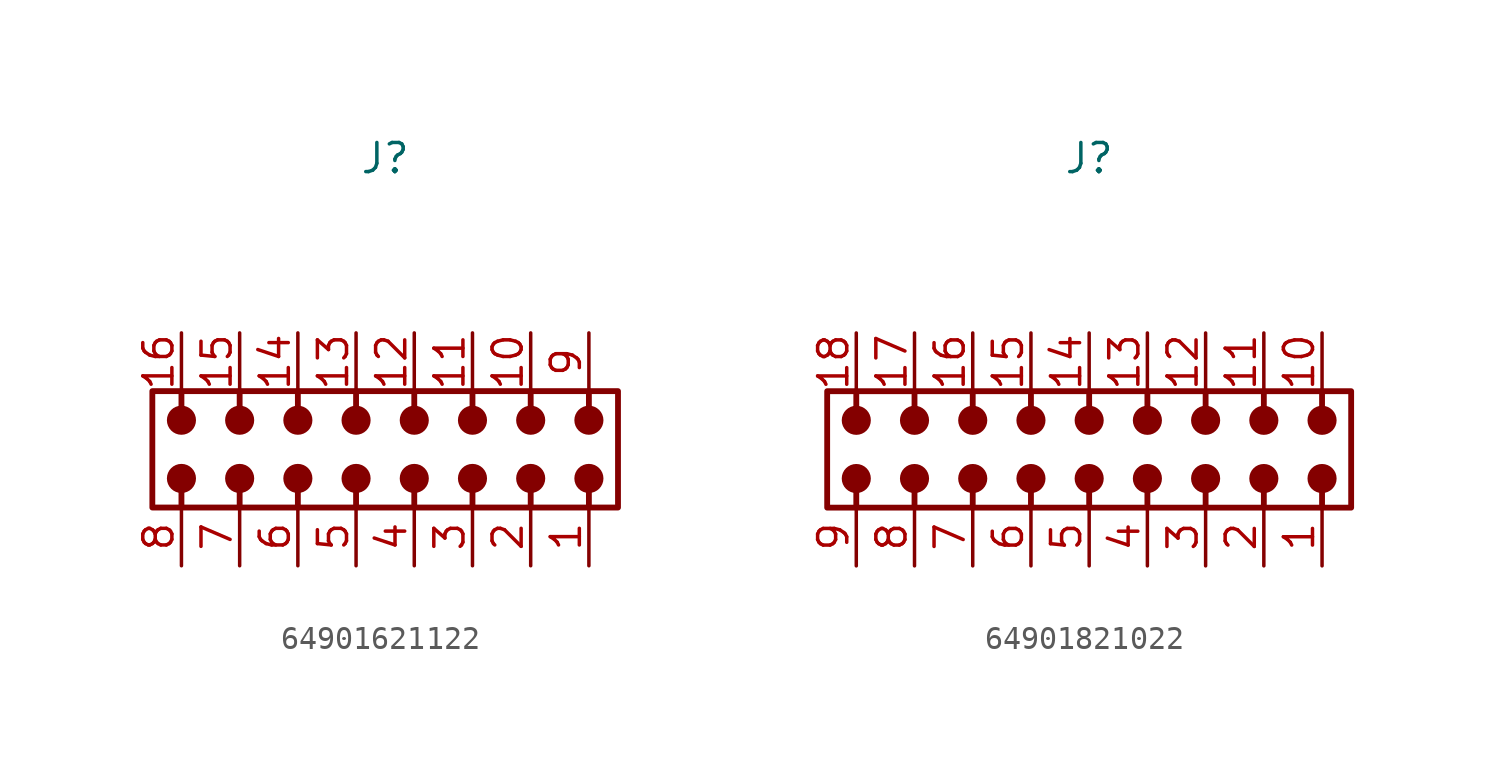
<source format=kicad_sym>
(kicad_symbol_lib
  (version 20241209)
  (generator "kicad_symbol_editor")
  (generator_version "9.0")
  (symbol "64901621122"
    (pin_names
      (hide yes))
    (property "Reference" "J"
      (at 0 12.7 0)
      (effects (font (size 1.27 1.27))))
    (symbol "64901621122_1_1"
      (rectangle (start -10.16 2.54) (end 10.16 -2.54) (stroke (width 0.254) (type solid)) (fill (type none)))
      (polyline (pts (xy -8.89 1.778) (xy -8.89 2.54)) (stroke (width 0.254) (type solid)) (fill (type none)))
      (circle (center -8.89 1.27) (radius 0.508) (stroke (width 0.254) (type solid)) (fill (type outline)))
      (circle (center -8.89 -1.27) (radius 0.508) (stroke (width 0.254) (type solid)) (fill (type outline)))
      (polyline (pts (xy -8.89 -1.778) (xy -8.89 -2.54)) (stroke (width 0.254) (type solid)) (fill (type none)))
      (polyline (pts (xy -6.35 1.778) (xy -6.35 2.54)) (stroke (width 0.254) (type solid)) (fill (type none)))
      (circle (center -6.35 1.27) (radius 0.508) (stroke (width 0.254) (type solid)) (fill (type outline)))
      (circle (center -6.35 -1.27) (radius 0.508) (stroke (width 0.254) (type solid)) (fill (type outline)))
      (polyline (pts (xy -6.35 -1.778) (xy -6.35 -2.54)) (stroke (width 0.254) (type solid)) (fill (type none)))
      (polyline (pts (xy -3.81 1.778) (xy -3.81 2.54)) (stroke (width 0.254) (type solid)) (fill (type none)))
      (circle (center -3.81 1.27) (radius 0.508) (stroke (width 0.254) (type solid)) (fill (type outline)))
      (circle (center -3.81 -1.27) (radius 0.508) (stroke (width 0.254) (type solid)) (fill (type outline)))
      (polyline (pts (xy -3.81 -1.778) (xy -3.81 -2.54)) (stroke (width 0.254) (type solid)) (fill (type none)))
      (polyline (pts (xy -1.27 1.778) (xy -1.27 2.54)) (stroke (width 0.254) (type solid)) (fill (type none)))
      (circle (center -1.27 1.27) (radius 0.508) (stroke (width 0.254) (type solid)) (fill (type outline)))
      (circle (center -1.27 -1.27) (radius 0.508) (stroke (width 0.254) (type solid)) (fill (type outline)))
      (polyline (pts (xy -1.27 -1.778) (xy -1.27 -2.54)) (stroke (width 0.254) (type solid)) (fill (type none)))
      (polyline (pts (xy 1.27 1.778) (xy 1.27 2.54)) (stroke (width 0.254) (type solid)) (fill (type none)))
      (circle (center 1.27 1.27) (radius 0.508) (stroke (width 0.254) (type solid)) (fill (type outline)))
      (circle (center 1.27 -1.27) (radius 0.508) (stroke (width 0.254) (type solid)) (fill (type outline)))
      (polyline (pts (xy 1.27 -1.778) (xy 1.27 -2.54)) (stroke (width 0.254) (type solid)) (fill (type none)))
      (polyline (pts (xy 3.81 1.778) (xy 3.81 2.54)) (stroke (width 0.254) (type solid)) (fill (type none)))
      (circle (center 3.81 1.27) (radius 0.508) (stroke (width 0.254) (type solid)) (fill (type outline)))
      (circle (center 3.81 -1.27) (radius 0.508) (stroke (width 0.254) (type solid)) (fill (type outline)))
      (polyline (pts (xy 3.81 -1.778) (xy 3.81 -2.54)) (stroke (width 0.254) (type solid)) (fill (type none)))
      (polyline (pts (xy 6.35 1.778) (xy 6.35 2.54)) (stroke (width 0.254) (type solid)) (fill (type none)))
      (circle (center 6.35 1.27) (radius 0.508) (stroke (width 0.254) (type solid)) (fill (type outline)))
      (circle (center 6.35 -1.27) (radius 0.508) (stroke (width 0.254) (type solid)) (fill (type outline)))
      (polyline (pts (xy 6.35 -1.778) (xy 6.35 -2.54)) (stroke (width 0.254) (type solid)) (fill (type none)))
      (polyline (pts (xy 8.89 1.778) (xy 8.89 2.54)) (stroke (width 0.254) (type solid)) (fill (type none)))
      (circle (center 8.89 1.27) (radius 0.508) (stroke (width 0.254) (type solid)) (fill (type outline)))
      (circle (center 8.89 -1.27) (radius 0.508) (stroke (width 0.254) (type solid)) (fill (type outline)))
      (polyline (pts (xy 8.89 -1.778) (xy 8.89 -2.54)) (stroke (width 0.254) (type solid)) (fill (type none)))
      (pin passive line (at -8.89 5.08 270) (length 2.54) (name "16" (effects (font (size 1.27 1.27)))) (number "16" (effects (font (size 1.27 1.27)))))
      (pin passive line (at -8.89 -5.08 90) (length 2.54) (name "8" (effects (font (size 1.27 1.27)))) (number "8" (effects (font (size 1.27 1.27)))))
      (pin passive line (at -6.35 5.08 270) (length 2.54) (name "15" (effects (font (size 1.27 1.27)))) (number "15" (effects (font (size 1.27 1.27)))))
      (pin passive line (at -6.35 -5.08 90) (length 2.54) (name "7" (effects (font (size 1.27 1.27)))) (number "7" (effects (font (size 1.27 1.27)))))
      (pin passive line (at -3.81 5.08 270) (length 2.54) (name "14" (effects (font (size 1.27 1.27)))) (number "14" (effects (font (size 1.27 1.27)))))
      (pin passive line (at -3.81 -5.08 90) (length 2.54) (name "6" (effects (font (size 1.27 1.27)))) (number "6" (effects (font (size 1.27 1.27)))))
      (pin passive line (at -1.27 5.08 270) (length 2.54) (name "13" (effects (font (size 1.27 1.27)))) (number "13" (effects (font (size 1.27 1.27)))))
      (pin passive line (at -1.27 -5.08 90) (length 2.54) (name "5" (effects (font (size 1.27 1.27)))) (number "5" (effects (font (size 1.27 1.27)))))
      (pin passive line (at 1.27 5.08 270) (length 2.54) (name "12" (effects (font (size 1.27 1.27)))) (number "12" (effects (font (size 1.27 1.27)))))
      (pin passive line (at 1.27 -5.08 90) (length 2.54) (name "4" (effects (font (size 1.27 1.27)))) (number "4" (effects (font (size 1.27 1.27)))))
      (pin passive line (at 3.81 5.08 270) (length 2.54) (name "11" (effects (font (size 1.27 1.27)))) (number "11" (effects (font (size 1.27 1.27)))))
      (pin passive line (at 3.81 -5.08 90) (length 2.54) (name "3" (effects (font (size 1.27 1.27)))) (number "3" (effects (font (size 1.27 1.27)))))
      (pin passive line (at 6.35 5.08 270) (length 2.54) (name "10" (effects (font (size 1.27 1.27)))) (number "10" (effects (font (size 1.27 1.27)))))
      (pin passive line (at 6.35 -5.08 90) (length 2.54) (name "2" (effects (font (size 1.27 1.27)))) (number "2" (effects (font (size 1.27 1.27)))))
      (pin passive line (at 8.89 5.08 270) (length 2.54) (name "9" (effects (font (size 1.27 1.27)))) (number "9" (effects (font (size 1.27 1.27)))))
      (pin passive line (at 8.89 -5.08 90) (length 2.54) (name "1" (effects (font (size 1.27 1.27)))) (number "1" (effects (font (size 1.27 1.27)))))))
  (symbol "64901821022"
    (pin_names
      (hide yes))
    (property "Reference" "J"
      (at 0 12.7 0)
      (effects (font (size 1.27 1.27))))
    (symbol "64901821022_1_1"
      (rectangle (start -11.43 2.54) (end 11.43 -2.54) (stroke (width 0.254) (type solid)) (fill (type none)))
      (polyline (pts (xy -10.16 1.778) (xy -10.16 2.54)) (stroke (width 0.254) (type solid)) (fill (type none)))
      (circle (center -10.16 1.27) (radius 0.508) (stroke (width 0.254) (type solid)) (fill (type outline)))
      (circle (center -10.16 -1.27) (radius 0.508) (stroke (width 0.254) (type solid)) (fill (type outline)))
      (polyline (pts (xy -10.16 -1.778) (xy -10.16 -2.54)) (stroke (width 0.254) (type solid)) (fill (type none)))
      (polyline (pts (xy -7.62 1.778) (xy -7.62 2.54)) (stroke (width 0.254) (type solid)) (fill (type none)))
      (circle (center -7.62 1.27) (radius 0.508) (stroke (width 0.254) (type solid)) (fill (type outline)))
      (circle (center -7.62 -1.27) (radius 0.508) (stroke (width 0.254) (type solid)) (fill (type outline)))
      (polyline (pts (xy -7.62 -1.778) (xy -7.62 -2.54)) (stroke (width 0.254) (type solid)) (fill (type none)))
      (polyline (pts (xy -5.08 1.778) (xy -5.08 2.54)) (stroke (width 0.254) (type solid)) (fill (type none)))
      (circle (center -5.08 1.27) (radius 0.508) (stroke (width 0.254) (type solid)) (fill (type outline)))
      (circle (center -5.08 -1.27) (radius 0.508) (stroke (width 0.254) (type solid)) (fill (type outline)))
      (polyline (pts (xy -5.08 -1.778) (xy -5.08 -2.54)) (stroke (width 0.254) (type solid)) (fill (type none)))
      (polyline (pts (xy -2.54 1.778) (xy -2.54 2.54)) (stroke (width 0.254) (type solid)) (fill (type none)))
      (circle (center -2.54 1.27) (radius 0.508) (stroke (width 0.254) (type solid)) (fill (type outline)))
      (circle (center -2.54 -1.27) (radius 0.508) (stroke (width 0.254) (type solid)) (fill (type outline)))
      (polyline (pts (xy -2.54 -1.778) (xy -2.54 -2.54)) (stroke (width 0.254) (type solid)) (fill (type none)))
      (polyline (pts (xy 0 1.778) (xy 0 2.54)) (stroke (width 0.254) (type solid)) (fill (type none)))
      (circle (center 0 1.27) (radius 0.508) (stroke (width 0.254) (type solid)) (fill (type outline)))
      (circle (center 0 -1.27) (radius 0.508) (stroke (width 0.254) (type solid)) (fill (type outline)))
      (polyline (pts (xy 0 -1.778) (xy 0 -2.54)) (stroke (width 0.254) (type solid)) (fill (type none)))
      (polyline (pts (xy 2.54 1.778) (xy 2.54 2.54)) (stroke (width 0.254) (type solid)) (fill (type none)))
      (circle (center 2.54 1.27) (radius 0.508) (stroke (width 0.254) (type solid)) (fill (type outline)))
      (circle (center 2.54 -1.27) (radius 0.508) (stroke (width 0.254) (type solid)) (fill (type outline)))
      (polyline (pts (xy 2.54 -1.778) (xy 2.54 -2.54)) (stroke (width 0.254) (type solid)) (fill (type none)))
      (polyline (pts (xy 5.08 1.778) (xy 5.08 2.54)) (stroke (width 0.254) (type solid)) (fill (type none)))
      (circle (center 5.08 1.27) (radius 0.508) (stroke (width 0.254) (type solid)) (fill (type outline)))
      (circle (center 5.08 -1.27) (radius 0.508) (stroke (width 0.254) (type solid)) (fill (type outline)))
      (polyline (pts (xy 5.08 -1.778) (xy 5.08 -2.54)) (stroke (width 0.254) (type solid)) (fill (type none)))
      (polyline (pts (xy 7.62 1.778) (xy 7.62 2.54)) (stroke (width 0.254) (type solid)) (fill (type none)))
      (circle (center 7.62 1.27) (radius 0.508) (stroke (width 0.254) (type solid)) (fill (type outline)))
      (circle (center 7.62 -1.27) (radius 0.508) (stroke (width 0.254) (type solid)) (fill (type outline)))
      (polyline (pts (xy 7.62 -1.778) (xy 7.62 -2.54)) (stroke (width 0.254) (type solid)) (fill (type none)))
      (polyline (pts (xy 10.16 1.778) (xy 10.16 2.54)) (stroke (width 0.254) (type solid)) (fill (type none)))
      (circle (center 10.16 1.27) (radius 0.508) (stroke (width 0.254) (type solid)) (fill (type outline)))
      (circle (center 10.16 -1.27) (radius 0.508) (stroke (width 0.254) (type solid)) (fill (type outline)))
      (polyline (pts (xy 10.16 -1.778) (xy 10.16 -2.54)) (stroke (width 0.254) (type solid)) (fill (type none)))
      (pin passive line (at -10.16 5.08 270) (length 2.54) (name "18" (effects (font (size 1.27 1.27)))) (number "18" (effects (font (size 1.27 1.27)))))
      (pin passive line (at -10.16 -5.08 90) (length 2.54) (name "9" (effects (font (size 1.27 1.27)))) (number "9" (effects (font (size 1.27 1.27)))))
      (pin passive line (at -7.62 5.08 270) (length 2.54) (name "17" (effects (font (size 1.27 1.27)))) (number "17" (effects (font (size 1.27 1.27)))))
      (pin passive line (at -7.62 -5.08 90) (length 2.54) (name "8" (effects (font (size 1.27 1.27)))) (number "8" (effects (font (size 1.27 1.27)))))
      (pin passive line (at -5.08 5.08 270) (length 2.54) (name "16" (effects (font (size 1.27 1.27)))) (number "16" (effects (font (size 1.27 1.27)))))
      (pin passive line (at -5.08 -5.08 90) (length 2.54) (name "7" (effects (font (size 1.27 1.27)))) (number "7" (effects (font (size 1.27 1.27)))))
      (pin passive line (at -2.54 5.08 270) (length 2.54) (name "15" (effects (font (size 1.27 1.27)))) (number "15" (effects (font (size 1.27 1.27)))))
      (pin passive line (at -2.54 -5.08 90) (length 2.54) (name "6" (effects (font (size 1.27 1.27)))) (number "6" (effects (font (size 1.27 1.27)))))
      (pin passive line (at 0 5.08 270) (length 2.54) (name "14" (effects (font (size 1.27 1.27)))) (number "14" (effects (font (size 1.27 1.27)))))
      (pin passive line (at 0 -5.08 90) (length 2.54) (name "5" (effects (font (size 1.27 1.27)))) (number "5" (effects (font (size 1.27 1.27)))))
      (pin passive line (at 2.54 5.08 270) (length 2.54) (name "13" (effects (font (size 1.27 1.27)))) (number "13" (effects (font (size 1.27 1.27)))))
      (pin passive line (at 2.54 -5.08 90) (length 2.54) (name "4" (effects (font (size 1.27 1.27)))) (number "4" (effects (font (size 1.27 1.27)))))
      (pin passive line (at 5.08 5.08 270) (length 2.54) (name "12" (effects (font (size 1.27 1.27)))) (number "12" (effects (font (size 1.27 1.27)))))
      (pin passive line (at 5.08 -5.08 90) (length 2.54) (name "3" (effects (font (size 1.27 1.27)))) (number "3" (effects (font (size 1.27 1.27)))))
      (pin passive line (at 7.62 5.08 270) (length 2.54) (name "11" (effects (font (size 1.27 1.27)))) (number "11" (effects (font (size 1.27 1.27)))))
      (pin passive line (at 7.62 -5.08 90) (length 2.54) (name "2" (effects (font (size 1.27 1.27)))) (number "2" (effects (font (size 1.27 1.27)))))
      (pin passive line (at 10.16 5.08 270) (length 2.54) (name "10" (effects (font (size 1.27 1.27)))) (number "10" (effects (font (size 1.27 1.27)))))
      (pin passive line (at 10.16 -5.08 90) (length 2.54) (name "1" (effects (font (size 1.27 1.27)))) (number "1" (effects (font (size 1.27 1.27))))))))
</source>
